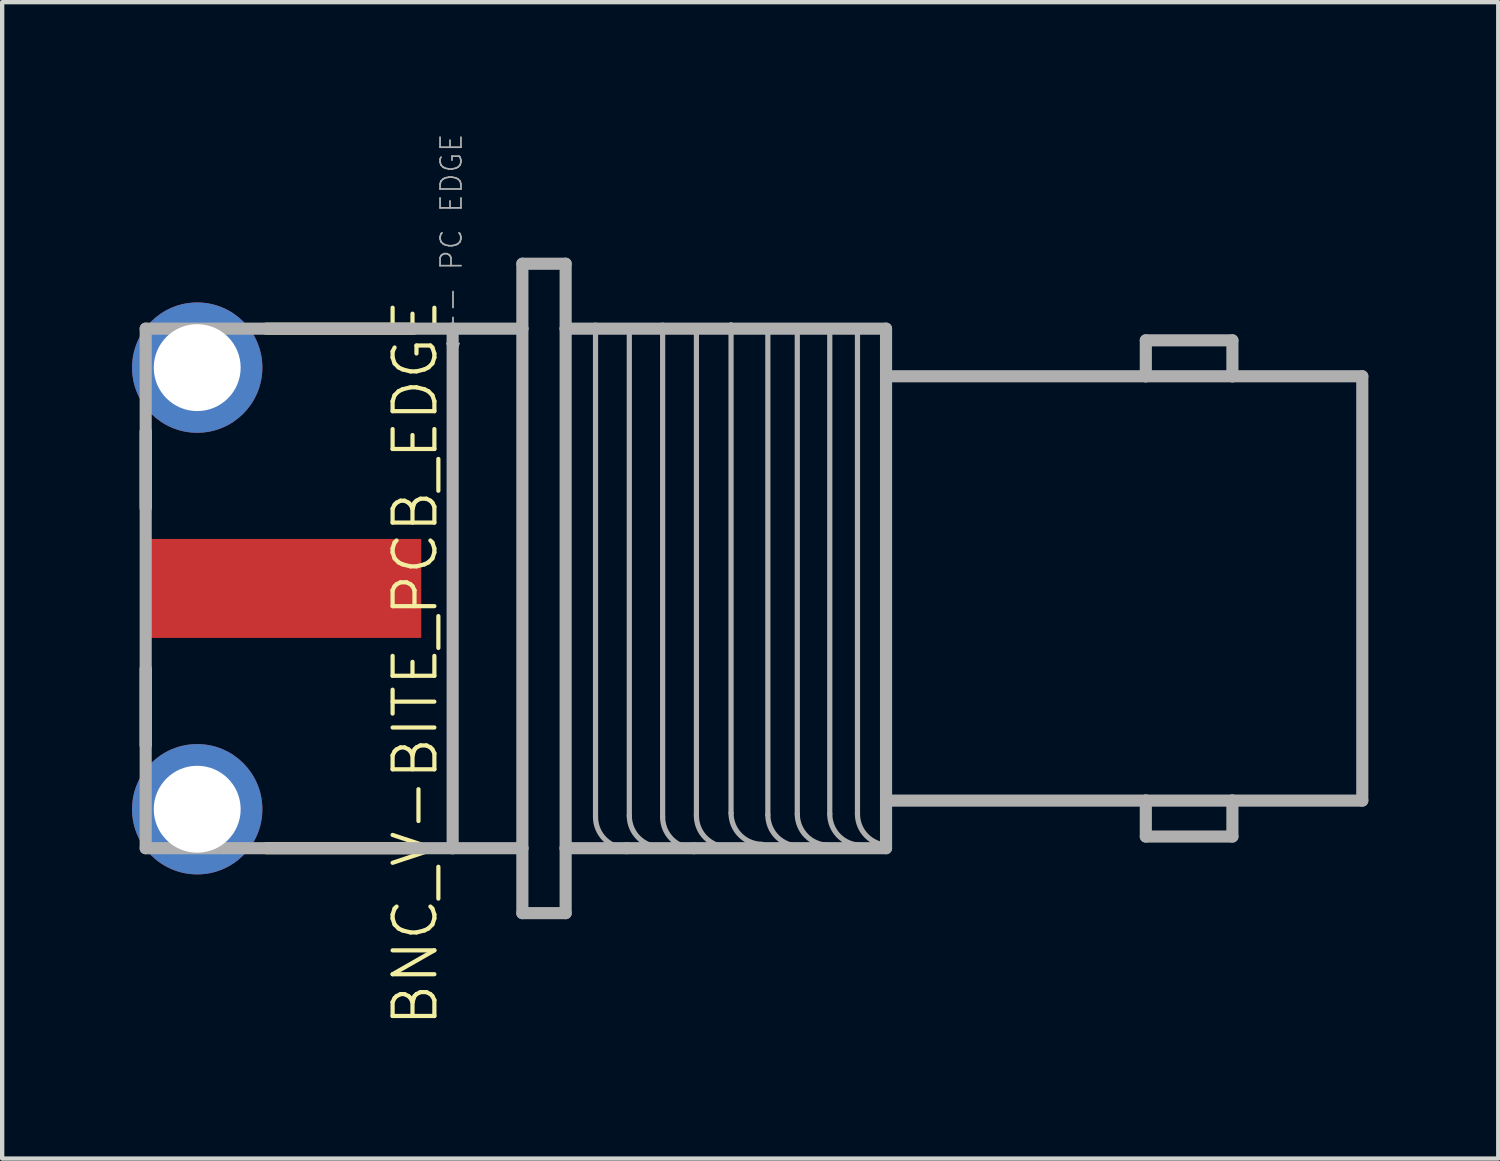
<source format=kicad_pcb>
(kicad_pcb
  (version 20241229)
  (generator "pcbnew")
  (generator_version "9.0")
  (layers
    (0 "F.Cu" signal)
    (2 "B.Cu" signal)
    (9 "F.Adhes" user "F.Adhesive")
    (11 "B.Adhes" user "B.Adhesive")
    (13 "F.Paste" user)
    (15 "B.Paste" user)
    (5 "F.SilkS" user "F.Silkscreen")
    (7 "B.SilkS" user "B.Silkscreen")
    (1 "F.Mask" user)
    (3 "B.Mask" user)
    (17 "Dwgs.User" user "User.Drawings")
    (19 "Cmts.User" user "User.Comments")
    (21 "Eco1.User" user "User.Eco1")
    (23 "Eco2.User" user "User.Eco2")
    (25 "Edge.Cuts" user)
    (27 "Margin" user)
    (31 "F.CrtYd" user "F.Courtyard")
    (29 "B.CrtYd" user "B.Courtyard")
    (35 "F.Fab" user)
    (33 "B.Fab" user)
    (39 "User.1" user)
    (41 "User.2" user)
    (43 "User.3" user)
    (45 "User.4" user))
  (footprint "BNC_V-BITE_PCB_EDGE"
    (layer "F.Cu")
    (at 1.505 10.541)
    (property "Reference" "BNC_V-BITE_PCB_EDGE" (at 5.601 10.169 90) (layer "F.SilkS") (effects (font (size 0.965 0.965) (thickness 0.097)) (justify left bottom)))
    (attr through_hole)
    (fp_line (start -1.19 -1.86) (end -1.19 -3.62) (stroke (width 0.28) (type solid)) (layer "F.SilkS"))
    (fp_line (start -1.19 3.62) (end -1.19 1.86) (stroke (width 0.28) (type solid)) (layer "F.SilkS"))
    (fp_line (start 1.6 -6) (end 5 -6) (stroke (width 0.28) (type solid)) (layer "F.SilkS"))
    (fp_line (start 1.6 6) (end 5 6) (stroke (width 0.28) (type solid)) (layer "F.SilkS"))
    (fp_line (start -1.19 -6) (end 5.9 -6) (stroke (width 0.28) (type solid)) (layer "F.Fab"))
    (fp_line (start -1.19 6) (end -1.19 -6) (stroke (width 0.28) (type solid)) (layer "F.Fab"))
    (fp_line (start 5.9 -6) (end 5.9 6) (stroke (width 0.28) (type solid)) (layer "F.Fab"))
    (fp_line (start 5.9 6) (end -1.19 6) (stroke (width 0.28) (type solid)) (layer "F.Fab"))
    (fp_line (start 7.51 -7.5) (end 7.51 -6) (stroke (width 0.28) (type solid)) (layer "F.Fab"))
    (fp_line (start 7.51 -7.5) (end 8.51 -7.5) (stroke (width 0.28) (type solid)) (layer "F.Fab"))
    (fp_line (start 7.51 -6) (end 5.9 -6) (stroke (width 0.28) (type solid)) (layer "F.Fab"))
    (fp_line (start 7.51 -6) (end 7.51 6) (stroke (width 0.28) (type solid)) (layer "F.Fab"))
    (fp_line (start 7.51 6) (end 5.9 6) (stroke (width 0.28) (type solid)) (layer "F.Fab"))
    (fp_line (start 7.51 6) (end 7.51 7.5) (stroke (width 0.28) (type solid)) (layer "F.Fab"))
    (fp_line (start 7.51 7.5) (end 8.51 7.5) (stroke (width 0.28) (type solid)) (layer "F.Fab"))
    (fp_line (start 8.51 -7.5) (end 8.51 -6) (stroke (width 0.28) (type solid)) (layer "F.Fab"))
    (fp_line (start 8.51 -6) (end 8.51 6) (stroke (width 0.28) (type solid)) (layer "F.Fab"))
    (fp_line (start 8.51 -6) (end 9.2 -6) (stroke (width 0.28) (type solid)) (layer "F.Fab"))
    (fp_line (start 8.51 6) (end 8.51 7.5) (stroke (width 0.28) (type solid)) (layer "F.Fab"))
    (fp_line (start 8.51 6) (end 9.92 6) (stroke (width 0.28) (type solid)) (layer "F.Fab"))
    (fp_line (start 9.2 -6) (end 9.2 5.28) (stroke (width 0.12) (type solid)) (layer "F.Fab"))
    (fp_line (start 9.2 -6) (end 10.75 -6) (stroke (width 0.28) (type solid)) (layer "F.Fab"))
    (fp_line (start 9.92 6) (end 11.47 6) (stroke (width 0.28) (type solid)) (layer "F.Fab"))
    (fp_line (start 9.98 -6.03) (end 9.98 5.25) (stroke (width 0.12) (type solid)) (layer "F.Fab"))
    (fp_line (start 10.75 -6) (end 10.75 5.28) (stroke (width 0.12) (type solid)) (layer "F.Fab"))
    (fp_line (start 10.75 -6) (end 15.91 -6) (stroke (width 0.28) (type solid)) (layer "F.Fab"))
    (fp_line (start 11.47 6) (end 15.91 6) (stroke (width 0.28) (type solid)) (layer "F.Fab"))
    (fp_line (start 11.53 -6.03) (end 11.53 5.25) (stroke (width 0.12) (type solid)) (layer "F.Fab"))
    (fp_line (start 12.33 -6.09) (end 12.33 5.19) (stroke (width 0.12) (type solid)) (layer "F.Fab"))
    (fp_line (start 13.18 -6.05) (end 13.18 5.23) (stroke (width 0.12) (type solid)) (layer "F.Fab"))
    (fp_line (start 13.86 -6.07) (end 13.86 5.21) (stroke (width 0.12) (type solid)) (layer "F.Fab"))
    (fp_line (start 14.61 -6.07) (end 14.61 5.21) (stroke (width 0.12) (type solid)) (layer "F.Fab"))
    (fp_line (start 15.25 -6.07) (end 15.25 5.21) (stroke (width 0.12) (type solid)) (layer "F.Fab"))
    (fp_line (start 15.91 -6) (end 15.91 -4.9) (stroke (width 0.28) (type solid)) (layer "F.Fab"))
    (fp_line (start 15.91 -4.9) (end 15.91 4.9) (stroke (width 0.28) (type solid)) (layer "F.Fab"))
    (fp_line (start 15.91 4.9) (end 15.91 6) (stroke (width 0.28) (type solid)) (layer "F.Fab"))
    (fp_line (start 21.91 -5.73) (end 23.91 -5.73) (stroke (width 0.28) (type solid)) (layer "F.Fab"))
    (fp_line (start 21.91 -4.9) (end 15.91 -4.9) (stroke (width 0.28) (type solid)) (layer "F.Fab"))
    (fp_line (start 21.91 -4.9) (end 21.91 -5.73) (stroke (width 0.28) (type solid)) (layer "F.Fab"))
    (fp_line (start 21.91 4.9) (end 15.91 4.9) (stroke (width 0.28) (type solid)) (layer "F.Fab"))
    (fp_line (start 21.91 5.73) (end 21.91 4.9) (stroke (width 0.28) (type solid)) (layer "F.Fab"))
    (fp_line (start 23.91 -5.73) (end 23.91 -4.9) (stroke (width 0.28) (type solid)) (layer "F.Fab"))
    (fp_line (start 23.91 -4.9) (end 21.91 -4.9) (stroke (width 0.28) (type solid)) (layer "F.Fab"))
    (fp_line (start 23.91 4.9) (end 21.91 4.9) (stroke (width 0.28) (type solid)) (layer "F.Fab"))
    (fp_line (start 23.91 4.9) (end 23.91 5.73) (stroke (width 0.28) (type solid)) (layer "F.Fab"))
    (fp_line (start 23.91 5.73) (end 21.91 5.73) (stroke (width 0.28) (type solid)) (layer "F.Fab"))
    (fp_line (start 26.91 -4.9) (end 23.91 -4.9) (stroke (width 0.28) (type solid)) (layer "F.Fab"))
    (fp_line (start 26.91 -4.9) (end 26.91 4.9) (stroke (width 0.28) (type solid)) (layer "F.Fab"))
    (fp_line (start 26.91 4.9) (end 23.91 4.9) (stroke (width 0.28) (type solid)) (layer "F.Fab"))
    (fp_arc (start 9.92 6) (mid 9.410883 5.789117) (end 9.2 5.28) (stroke (width 0.12) (type solid)) (layer "F.Fab"))
    (fp_arc (start 10.7 5.97) (mid 10.190883 5.759117) (end 9.98 5.25) (stroke (width 0.12) (type solid)) (layer "F.Fab"))
    (fp_arc (start 11.47 6) (mid 10.960883 5.789117) (end 10.75 5.28) (stroke (width 0.12) (type solid)) (layer "F.Fab"))
    (fp_arc (start 12.25 5.97) (mid 11.740883 5.759117) (end 11.53 5.25) (stroke (width 0.12) (type solid)) (layer "F.Fab"))
    (fp_arc (start 13.05 5.91) (mid 12.540883 5.699117) (end 12.33 5.19) (stroke (width 0.12) (type solid)) (layer "F.Fab"))
    (fp_arc (start 13.9 5.95) (mid 13.390883 5.739117) (end 13.18 5.23) (stroke (width 0.12) (type solid)) (layer "F.Fab"))
    (fp_arc (start 14.58 5.93) (mid 14.070883 5.719117) (end 13.86 5.21) (stroke (width 0.12) (type solid)) (layer "F.Fab"))
    (fp_arc (start 15.33 5.93) (mid 14.820883 5.719117) (end 14.61 5.21) (stroke (width 0.12) (type solid)) (layer "F.Fab"))
    (fp_arc (start 15.97 5.93) (mid 15.460883 5.719117) (end 15.25 5.21) (stroke (width 0.12) (type solid)) (layer "F.Fab"))
    (fp_text user "<-- PC EDGE" (at 5.588 -10.541 90) (layer "F.Fab") (effects (font (size 0.483 0.483) (thickness 0.041)) (justify right top)))
    (pad "1" smd rect (at 2 0) (size 6.35 2.286) (layers "F.Cu" "F.Mask"))
    (pad "2" thru_hole circle (at 0 -5.1) (size 3.01 3.01) (drill 2.007) (layers "*.Cu" "*.Mask"))
    (pad "2" thru_hole circle (at 0 5.1) (size 3.01 3.01) (drill 2.007) (layers "*.Cu" "*.Mask")))
  (gr_rect
    (start -3 -3)
    (end 31.555 23.71)
    (stroke (width 0.1) (type default))
    (fill no)
    (layer "Edge.Cuts")))
</source>
